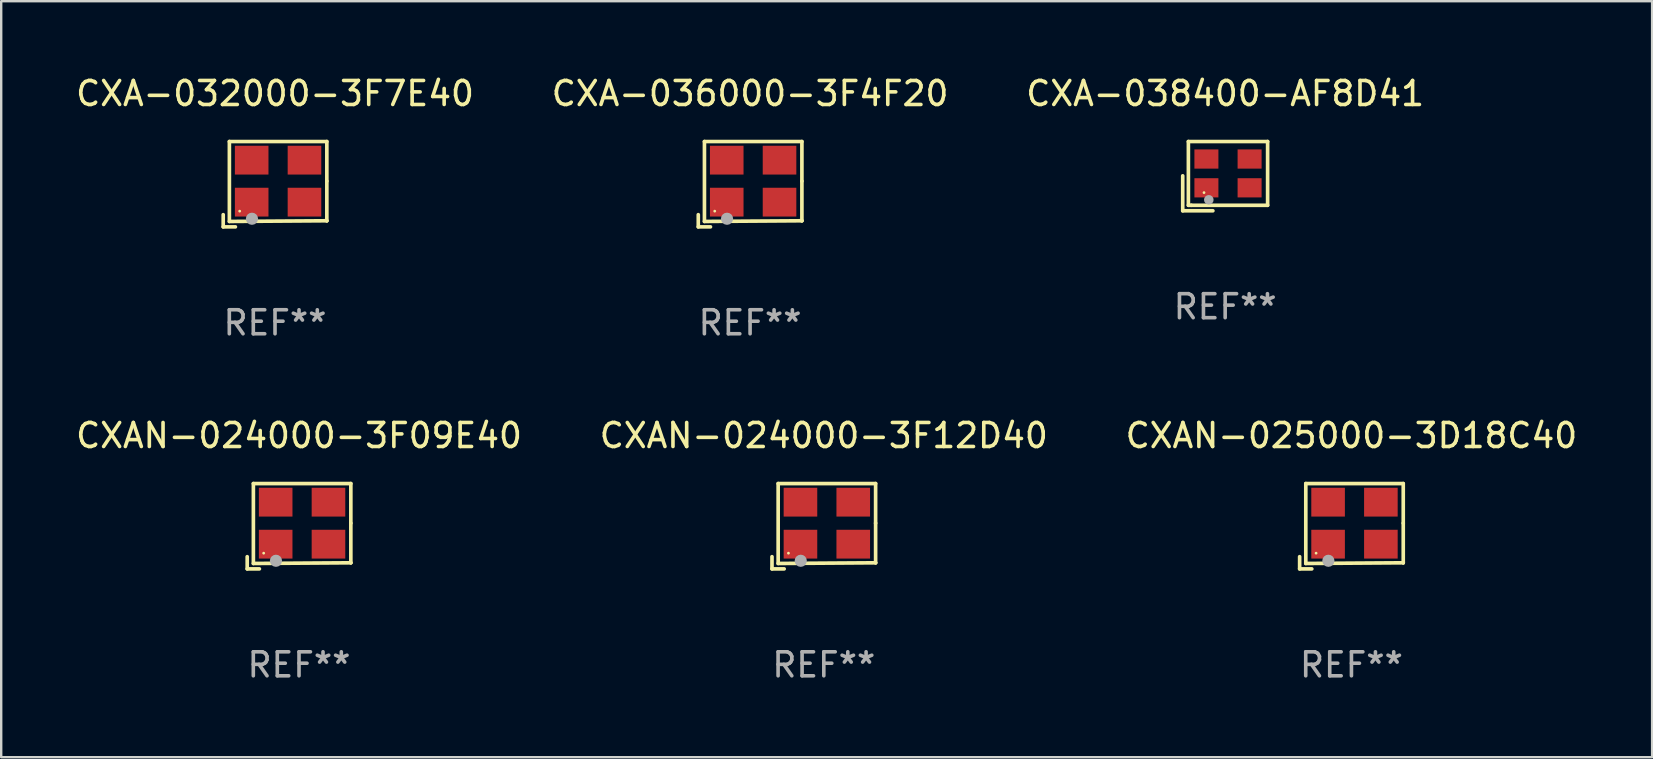
<source format=kicad_pcb>
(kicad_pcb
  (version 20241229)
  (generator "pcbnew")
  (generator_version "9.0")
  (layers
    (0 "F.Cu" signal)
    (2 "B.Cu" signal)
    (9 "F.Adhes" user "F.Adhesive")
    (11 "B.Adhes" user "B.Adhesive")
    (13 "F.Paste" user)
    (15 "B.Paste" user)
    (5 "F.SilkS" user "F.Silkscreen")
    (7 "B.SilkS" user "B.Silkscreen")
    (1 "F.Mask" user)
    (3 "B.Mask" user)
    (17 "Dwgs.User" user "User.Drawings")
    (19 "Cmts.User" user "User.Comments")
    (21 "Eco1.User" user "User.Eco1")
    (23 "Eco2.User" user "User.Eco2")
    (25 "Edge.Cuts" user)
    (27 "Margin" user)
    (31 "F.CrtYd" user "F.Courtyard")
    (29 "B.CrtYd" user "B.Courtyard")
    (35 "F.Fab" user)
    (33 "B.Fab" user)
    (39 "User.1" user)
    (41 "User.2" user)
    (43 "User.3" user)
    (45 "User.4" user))
  (footprint "CXAN-024000-3F09E40"
    (layer "F.Cu")
    (at 9.411 18.879)
    (property "Reference" "CXAN-024000-3F09E40" (at 0 -3.778 0) (layer "F.SilkS") (effects (font (size 1 1) (thickness 0.15))))
    (attr through_hole)
    (fp_line (start -2.159 1.27) (end -2.159 1.778) (stroke (width 0.152) (type solid)) (layer "F.SilkS"))
    (fp_line (start -2.159 1.778) (end -1.651 1.778) (stroke (width 0.152) (type solid)) (layer "F.SilkS"))
    (fp_line (start -1.902 -1.778) (end 2.159 -1.778) (stroke (width 0.152) (type solid)) (layer "F.SilkS"))
    (fp_line (start -1.902 1.552) (end -1.902 -1.778) (stroke (width 0.152) (type solid)) (layer "F.SilkS"))
    (fp_line (start 2.159 -1.778) (end 2.159 -0.127) (stroke (width 0.152) (type solid)) (layer "F.SilkS"))
    (fp_line (start 2.159 -0.127) (end 2.159 1.524) (stroke (width 0.152) (type solid)) (layer "F.SilkS"))
    (fp_line (start 2.159 1.524) (end -1.902 1.552) (stroke (width 0.152) (type solid)) (layer "F.SilkS"))
    (fp_line (start 2.159 1.524) (end 2.159 1.524) (stroke (width 0.152) (type solid)) (layer "F.SilkS"))
    (fp_circle (center -1.473 1.123) (end -1.443 1.123) (stroke (width 0.06) (type solid)) (fill no) (layer "F.SilkS"))
    (fp_circle (center -0.961 1.44) (end -0.834 1.44) (stroke (width 0.254) (type solid)) (fill no) (layer "F.Fab"))
    (fp_text user "REF**" (at 0 5.778 0) (layer "F.Fab") (effects (font (size 1 1) (thickness 0.15))))
    (pad "1" smd rect (at -0.973 0.748) (size 1.4 1.2) (layers "F.Cu" "F.Mask" "F.Paste"))
    (pad "2" smd rect (at 1.227 0.748) (size 1.4 1.2) (layers "F.Cu" "F.Mask" "F.Paste"))
    (pad "3" smd rect (at 1.227 -1.002) (size 1.4 1.2) (layers "F.Cu" "F.Mask" "F.Paste"))
    (pad "4" smd rect (at -0.973 -1.002) (size 1.4 1.2) (layers "F.Cu" "F.Mask" "F.Paste")))
  (footprint "CXA-038400-AF8D41"
    (layer "F.Cu")
    (at 48.006 4.291)
    (property "Reference" "CXA-038400-AF8D41" (at 0 -3.443 0) (layer "F.SilkS") (effects (font (size 1 1) (thickness 0.15))))
    (attr through_hole)
    (fp_line (start -1.769 -0.014) (end -1.769 1.443) (stroke (width 0.152) (type solid)) (layer "F.SilkS"))
    (fp_line (start -1.769 1.443) (end -0.512 1.443) (stroke (width 0.152) (type solid)) (layer "F.SilkS"))
    (fp_line (start -1.533 -1.443) (end 1.769 -1.443) (stroke (width 0.152) (type solid)) (layer "F.SilkS"))
    (fp_line (start -1.533 1.214) (end -1.533 -1.443) (stroke (width 0.152) (type solid)) (layer "F.SilkS"))
    (fp_line (start -1.411 1.214) (end -1.533 1.214) (stroke (width 0.152) (type solid)) (layer "F.SilkS"))
    (fp_line (start 1.769 -1.443) (end 1.769 1.214) (stroke (width 0.152) (type solid)) (layer "F.SilkS"))
    (fp_line (start 1.769 1.214) (end -1.411 1.214) (stroke (width 0.152) (type solid)) (layer "F.SilkS"))
    (fp_circle (center -0.882 0.686) (end -0.852 0.686) (stroke (width 0.06) (type solid)) (fill no) (layer "F.SilkS"))
    (fp_circle (center -0.682 0.986) (end -0.582 0.986) (stroke (width 0.2) (type solid)) (fill no) (layer "F.Fab"))
    (fp_text user "REF**" (at 0 5.443 0) (layer "F.Fab") (effects (font (size 1 1) (thickness 0.15))))
    (pad "1" smd rect (at -0.782 0.486 90) (size 0.8 1) (layers "F.Cu" "F.Mask" "F.Paste"))
    (pad "2" smd rect (at 1.018 0.486 90) (size 0.8 1) (layers "F.Cu" "F.Mask" "F.Paste"))
    (pad "3" smd rect (at 1.018 -0.714 90) (size 0.8 1) (layers "F.Cu" "F.Mask" "F.Paste"))
    (pad "4" smd rect (at -0.782 -0.714 90) (size 0.8 1) (layers "F.Cu" "F.Mask" "F.Paste")))
  (footprint "CXA-032000-3F7E40"
    (layer "F.Cu")
    (at 8.411 4.626)
    (property "Reference" "CXA-032000-3F7E40" (at 0 -3.778 0) (layer "F.SilkS") (effects (font (size 1 1) (thickness 0.15))))
    (attr through_hole)
    (fp_line (start -2.159 1.27) (end -2.159 1.778) (stroke (width 0.152) (type solid)) (layer "F.SilkS"))
    (fp_line (start -2.159 1.778) (end -1.651 1.778) (stroke (width 0.152) (type solid)) (layer "F.SilkS"))
    (fp_line (start -1.902 -1.778) (end 2.159 -1.778) (stroke (width 0.152) (type solid)) (layer "F.SilkS"))
    (fp_line (start -1.902 1.552) (end -1.902 -1.778) (stroke (width 0.152) (type solid)) (layer "F.SilkS"))
    (fp_line (start 2.159 -1.778) (end 2.159 -0.127) (stroke (width 0.152) (type solid)) (layer "F.SilkS"))
    (fp_line (start 2.159 -0.127) (end 2.159 1.524) (stroke (width 0.152) (type solid)) (layer "F.SilkS"))
    (fp_line (start 2.159 1.524) (end -1.902 1.552) (stroke (width 0.152) (type solid)) (layer "F.SilkS"))
    (fp_line (start 2.159 1.524) (end 2.159 1.524) (stroke (width 0.152) (type solid)) (layer "F.SilkS"))
    (fp_circle (center -1.473 1.123) (end -1.443 1.123) (stroke (width 0.06) (type solid)) (fill no) (layer "F.SilkS"))
    (fp_circle (center -0.961 1.44) (end -0.834 1.44) (stroke (width 0.254) (type solid)) (fill no) (layer "F.Fab"))
    (fp_text user "REF**" (at 0 5.778 0) (layer "F.Fab") (effects (font (size 1 1) (thickness 0.15))))
    (pad "1" smd rect (at -0.973 0.748) (size 1.4 1.2) (layers "F.Cu" "F.Mask" "F.Paste"))
    (pad "2" smd rect (at 1.227 0.748) (size 1.4 1.2) (layers "F.Cu" "F.Mask" "F.Paste"))
    (pad "3" smd rect (at 1.227 -1.002) (size 1.4 1.2) (layers "F.Cu" "F.Mask" "F.Paste"))
    (pad "4" smd rect (at -0.973 -1.002) (size 1.4 1.2) (layers "F.Cu" "F.Mask" "F.Paste")))
  (footprint "CXA-036000-3F4F20"
    (layer "F.Cu")
    (at 28.208 4.626)
    (property "Reference" "CXA-036000-3F4F20" (at 0 -3.778 0) (layer "F.SilkS") (effects (font (size 1 1) (thickness 0.15))))
    (attr through_hole)
    (fp_line (start -2.159 1.27) (end -2.159 1.778) (stroke (width 0.152) (type solid)) (layer "F.SilkS"))
    (fp_line (start -2.159 1.778) (end -1.651 1.778) (stroke (width 0.152) (type solid)) (layer "F.SilkS"))
    (fp_line (start -1.902 -1.778) (end 2.159 -1.778) (stroke (width 0.152) (type solid)) (layer "F.SilkS"))
    (fp_line (start -1.902 1.552) (end -1.902 -1.778) (stroke (width 0.152) (type solid)) (layer "F.SilkS"))
    (fp_line (start 2.159 -1.778) (end 2.159 -0.127) (stroke (width 0.152) (type solid)) (layer "F.SilkS"))
    (fp_line (start 2.159 -0.127) (end 2.159 1.524) (stroke (width 0.152) (type solid)) (layer "F.SilkS"))
    (fp_line (start 2.159 1.524) (end -1.902 1.552) (stroke (width 0.152) (type solid)) (layer "F.SilkS"))
    (fp_line (start 2.159 1.524) (end 2.159 1.524) (stroke (width 0.152) (type solid)) (layer "F.SilkS"))
    (fp_circle (center -1.473 1.123) (end -1.443 1.123) (stroke (width 0.06) (type solid)) (fill no) (layer "F.SilkS"))
    (fp_circle (center -0.961 1.44) (end -0.834 1.44) (stroke (width 0.254) (type solid)) (fill no) (layer "F.Fab"))
    (fp_text user "REF**" (at 0 5.778 0) (layer "F.Fab") (effects (font (size 1 1) (thickness 0.15))))
    (pad "1" smd rect (at -0.973 0.748) (size 1.4 1.2) (layers "F.Cu" "F.Mask" "F.Paste"))
    (pad "2" smd rect (at 1.227 0.748) (size 1.4 1.2) (layers "F.Cu" "F.Mask" "F.Paste"))
    (pad "3" smd rect (at 1.227 -1.002) (size 1.4 1.2) (layers "F.Cu" "F.Mask" "F.Paste"))
    (pad "4" smd rect (at -0.973 -1.002) (size 1.4 1.2) (layers "F.Cu" "F.Mask" "F.Paste")))
  (footprint "CXAN-025000-3D18C40"
    (layer "F.Cu")
    (at 53.268 18.879)
    (property "Reference" "CXAN-025000-3D18C40" (at 0 -3.778 0) (layer "F.SilkS") (effects (font (size 1 1) (thickness 0.15))))
    (attr through_hole)
    (fp_line (start -2.159 1.27) (end -2.159 1.778) (stroke (width 0.152) (type solid)) (layer "F.SilkS"))
    (fp_line (start -2.159 1.778) (end -1.651 1.778) (stroke (width 0.152) (type solid)) (layer "F.SilkS"))
    (fp_line (start -1.902 -1.778) (end 2.159 -1.778) (stroke (width 0.152) (type solid)) (layer "F.SilkS"))
    (fp_line (start -1.902 1.552) (end -1.902 -1.778) (stroke (width 0.152) (type solid)) (layer "F.SilkS"))
    (fp_line (start 2.159 -1.778) (end 2.159 -0.127) (stroke (width 0.152) (type solid)) (layer "F.SilkS"))
    (fp_line (start 2.159 -0.127) (end 2.159 1.524) (stroke (width 0.152) (type solid)) (layer "F.SilkS"))
    (fp_line (start 2.159 1.524) (end -1.902 1.552) (stroke (width 0.152) (type solid)) (layer "F.SilkS"))
    (fp_line (start 2.159 1.524) (end 2.159 1.524) (stroke (width 0.152) (type solid)) (layer "F.SilkS"))
    (fp_circle (center -1.473 1.123) (end -1.443 1.123) (stroke (width 0.06) (type solid)) (fill no) (layer "F.SilkS"))
    (fp_circle (center -0.961 1.44) (end -0.834 1.44) (stroke (width 0.254) (type solid)) (fill no) (layer "F.Fab"))
    (fp_text user "REF**" (at 0 5.778 0) (layer "F.Fab") (effects (font (size 1 1) (thickness 0.15))))
    (pad "1" smd rect (at -0.973 0.748) (size 1.4 1.2) (layers "F.Cu" "F.Mask" "F.Paste"))
    (pad "2" smd rect (at 1.227 0.748) (size 1.4 1.2) (layers "F.Cu" "F.Mask" "F.Paste"))
    (pad "3" smd rect (at 1.227 -1.002) (size 1.4 1.2) (layers "F.Cu" "F.Mask" "F.Paste"))
    (pad "4" smd rect (at -0.973 -1.002) (size 1.4 1.2) (layers "F.Cu" "F.Mask" "F.Paste")))
  (footprint "CXAN-024000-3F12D40"
    (layer "F.Cu")
    (at 31.28 18.879)
    (property "Reference" "CXAN-024000-3F12D40" (at 0 -3.778 0) (layer "F.SilkS") (effects (font (size 1 1) (thickness 0.15))))
    (attr through_hole)
    (fp_line (start -2.159 1.27) (end -2.159 1.778) (stroke (width 0.152) (type solid)) (layer "F.SilkS"))
    (fp_line (start -2.159 1.778) (end -1.651 1.778) (stroke (width 0.152) (type solid)) (layer "F.SilkS"))
    (fp_line (start -1.902 -1.778) (end 2.159 -1.778) (stroke (width 0.152) (type solid)) (layer "F.SilkS"))
    (fp_line (start -1.902 1.552) (end -1.902 -1.778) (stroke (width 0.152) (type solid)) (layer "F.SilkS"))
    (fp_line (start 2.159 -1.778) (end 2.159 -0.127) (stroke (width 0.152) (type solid)) (layer "F.SilkS"))
    (fp_line (start 2.159 -0.127) (end 2.159 1.524) (stroke (width 0.152) (type solid)) (layer "F.SilkS"))
    (fp_line (start 2.159 1.524) (end -1.902 1.552) (stroke (width 0.152) (type solid)) (layer "F.SilkS"))
    (fp_line (start 2.159 1.524) (end 2.159 1.524) (stroke (width 0.152) (type solid)) (layer "F.SilkS"))
    (fp_circle (center -1.473 1.123) (end -1.443 1.123) (stroke (width 0.06) (type solid)) (fill no) (layer "F.SilkS"))
    (fp_circle (center -0.961 1.44) (end -0.834 1.44) (stroke (width 0.254) (type solid)) (fill no) (layer "F.Fab"))
    (fp_text user "REF**" (at 0 5.778 0) (layer "F.Fab") (effects (font (size 1 1) (thickness 0.15))))
    (pad "1" smd rect (at -0.973 0.748) (size 1.4 1.2) (layers "F.Cu" "F.Mask" "F.Paste"))
    (pad "2" smd rect (at 1.227 0.748) (size 1.4 1.2) (layers "F.Cu" "F.Mask" "F.Paste"))
    (pad "3" smd rect (at 1.227 -1.002) (size 1.4 1.2) (layers "F.Cu" "F.Mask" "F.Paste"))
    (pad "4" smd rect (at -0.973 -1.002) (size 1.4 1.2) (layers "F.Cu" "F.Mask" "F.Paste")))
  (gr_rect
    (start -3 -3)
    (end 65.798 28.505)
    (stroke (width 0.1) (type default))
    (fill no)
    (layer "Edge.Cuts")))
</source>
